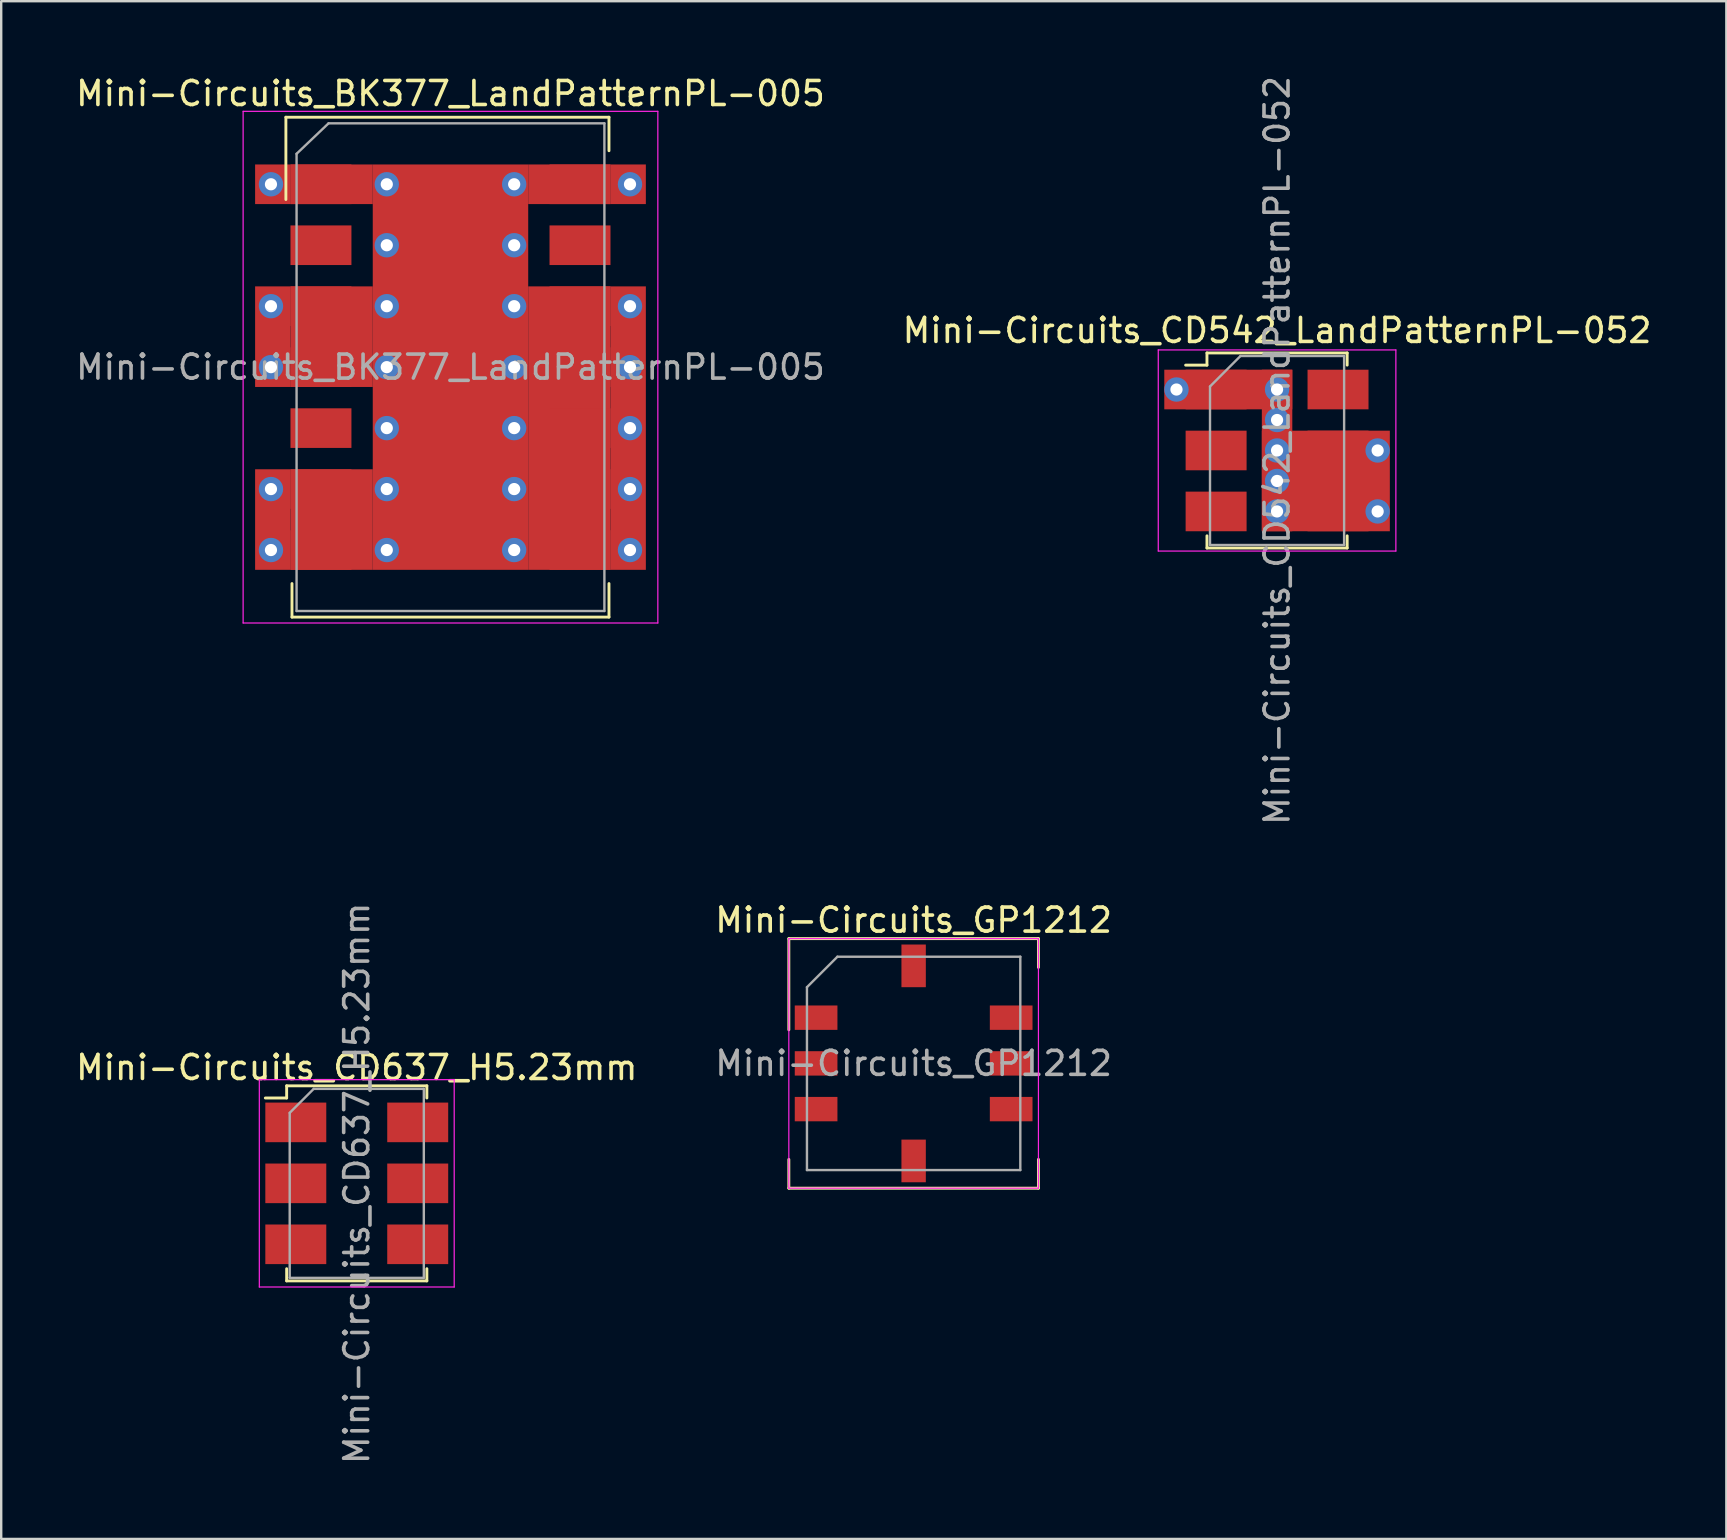
<source format=kicad_pcb>
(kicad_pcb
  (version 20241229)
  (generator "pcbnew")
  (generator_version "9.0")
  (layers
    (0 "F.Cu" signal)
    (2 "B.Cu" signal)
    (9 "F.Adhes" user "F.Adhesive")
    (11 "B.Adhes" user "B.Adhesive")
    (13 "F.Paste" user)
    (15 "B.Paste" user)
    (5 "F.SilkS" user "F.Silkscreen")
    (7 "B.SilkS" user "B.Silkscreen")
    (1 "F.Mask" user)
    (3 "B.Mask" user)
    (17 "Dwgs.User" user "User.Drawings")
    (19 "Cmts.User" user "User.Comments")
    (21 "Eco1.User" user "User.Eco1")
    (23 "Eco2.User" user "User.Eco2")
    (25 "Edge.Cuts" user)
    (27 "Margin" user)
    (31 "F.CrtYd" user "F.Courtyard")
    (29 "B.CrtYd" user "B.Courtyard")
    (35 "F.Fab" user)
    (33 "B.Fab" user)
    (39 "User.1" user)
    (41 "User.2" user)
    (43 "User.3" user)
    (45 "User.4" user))
  (footprint "Mini-Circuits_CD542_LandPatternPL-052"
    (layer "F.Cu")
    (at 50.161 15.72)
    (property "Reference" "Mini-Circuits_CD542_LandPatternPL-052" (at 0 -5 0) (layer "F.SilkS") (effects (font (size 1 1) (thickness 0.15))))
    (attr smd)
    (fp_line (start -2.921 -4.064) (end -2.921 -3.556) (stroke (width 0.12) (type solid)) (layer "F.SilkS"))
    (fp_line (start -2.921 -3.556) (end -3.81 -3.556) (stroke (width 0.12) (type solid)) (layer "F.SilkS"))
    (fp_line (start -2.921 3.556) (end -2.921 4.064) (stroke (width 0.12) (type solid)) (layer "F.SilkS"))
    (fp_line (start -2.921 4.064) (end 2.921 4.064) (stroke (width 0.12) (type solid)) (layer "F.SilkS"))
    (fp_line (start 2.921 -4.064) (end -2.921 -4.064) (stroke (width 0.12) (type solid)) (layer "F.SilkS"))
    (fp_line (start 2.921 -3.556) (end 2.921 -4.064) (stroke (width 0.12) (type solid)) (layer "F.SilkS"))
    (fp_line (start 2.921 4.064) (end 2.921 3.556) (stroke (width 0.12) (type solid)) (layer "F.SilkS"))
    (fp_line (start -4.95 -4.19) (end -4.95 4.19) (stroke (width 0.05) (type solid)) (layer "F.CrtYd"))
    (fp_line (start -4.95 -4.19) (end 4.95 -4.19) (stroke (width 0.05) (type solid)) (layer "F.CrtYd"))
    (fp_line (start 4.95 4.19) (end -4.95 4.19) (stroke (width 0.05) (type solid)) (layer "F.CrtYd"))
    (fp_line (start 4.95 4.19) (end 4.95 -4.19) (stroke (width 0.05) (type solid)) (layer "F.CrtYd"))
    (fp_line (start -2.794 -2.667) (end -2.794 3.937) (stroke (width 0.1) (type solid)) (layer "F.Fab"))
    (fp_line (start -2.794 3.937) (end 2.794 3.937) (stroke (width 0.1) (type solid)) (layer "F.Fab"))
    (fp_line (start -1.524 -3.937) (end -2.794 -2.667) (stroke (width 0.1) (type solid)) (layer "F.Fab"))
    (fp_line (start 2.794 -3.937) (end -1.524 -3.937) (stroke (width 0.1) (type solid)) (layer "F.Fab"))
    (fp_line (start 2.794 3.937) (end 2.794 -3.937) (stroke (width 0.1) (type solid)) (layer "F.Fab"))
    (fp_text user "${REFERENCE}" (at 0 0 90) (layer "F.Fab") (effects (font (size 1 1) (thickness 0.15))))
    (pad "1" thru_hole circle (at -4.191 -2.54) (size 1.016 1.016) (drill 0.508) (layers "*.Cu"))
    (pad "1" smd rect (at -2.54 -2.54) (size 2.54 1.651) (layers "F.Cu" "F.Mask" "F.Paste"))
    (pad "1" smd rect (at -2.032 -2.54) (size 5.334 1.651) (layers "F.Cu"))
    (pad "1" thru_hole circle (at 0 -2.54) (size 1.016 1.016) (drill 0.508) (layers "*.Cu"))
    (pad "1" thru_hole circle (at 0 -1.27) (size 1.016 1.016) (drill 0.508) (layers "*.Cu"))
    (pad "1" thru_hole circle (at 0 0) (size 1.016 1.016) (drill 0.508) (layers "*.Cu"))
    (pad "1" smd rect (at 0 0) (size 1.27 6.731) (layers "F.Cu"))
    (pad "1" thru_hole circle (at 0 1.27) (size 1.016 1.016) (drill 0.508) (layers "*.Cu"))
    (pad "1" thru_hole circle (at 0 2.54) (size 1.016 1.016) (drill 0.508) (layers "*.Cu"))
    (pad "2" smd rect (at -2.54 0) (size 2.54 1.651) (layers "F.Cu" "F.Mask" "F.Paste"))
    (pad "3" smd rect (at -2.54 2.54) (size 2.54 1.651) (layers "F.Cu" "F.Mask" "F.Paste"))
    (pad "4" smd rect (at 2.032 1.27) (size 5.334 4.191) (layers "F.Cu"))
    (pad "4" smd rect (at 2.54 2.54) (size 2.54 1.651) (layers "F.Cu" "F.Mask" "F.Paste"))
    (pad "4" thru_hole circle (at 4.191 2.54) (size 1.016 1.016) (drill 0.508) (layers "*.Cu"))
    (pad "5" smd rect (at 2.54 0) (size 2.54 1.651) (layers "F.Cu" "F.Mask" "F.Paste"))
    (pad "5" thru_hole circle (at 4.191 0) (size 1.016 1.016) (drill 0.508) (layers "*.Cu"))
    (pad "6" smd rect (at 2.54 -2.54) (size 2.54 1.651) (layers "F.Cu" "F.Mask" "F.Paste")))
  (footprint "Mini-Circuits_CD637_H5.23mm"
    (layer "F.Cu")
    (at 11.815 46.256)
    (property "Reference" "Mini-Circuits_CD637_H5.23mm" (at 0 -4.826 0) (layer "F.SilkS") (effects (font (size 1 1) (thickness 0.15))))
    (attr smd)
    (fp_line (start -2.921 -4.064) (end -2.921 -3.556) (stroke (width 0.12) (type solid)) (layer "F.SilkS"))
    (fp_line (start -2.921 -3.556) (end -3.81 -3.556) (stroke (width 0.12) (type solid)) (layer "F.SilkS"))
    (fp_line (start -2.921 3.556) (end -2.921 4.064) (stroke (width 0.12) (type solid)) (layer "F.SilkS"))
    (fp_line (start -2.921 4.064) (end 2.921 4.064) (stroke (width 0.12) (type solid)) (layer "F.SilkS"))
    (fp_line (start 2.921 -4.064) (end -2.921 -4.064) (stroke (width 0.12) (type solid)) (layer "F.SilkS"))
    (fp_line (start 2.921 -3.556) (end 2.921 -4.064) (stroke (width 0.12) (type solid)) (layer "F.SilkS"))
    (fp_line (start 2.921 4.064) (end 2.921 3.556) (stroke (width 0.12) (type solid)) (layer "F.SilkS"))
    (fp_line (start -4.06 4.32) (end -4.06 -4.32) (stroke (width 0.05) (type solid)) (layer "F.CrtYd"))
    (fp_line (start 4.06 -4.32) (end -4.06 -4.32) (stroke (width 0.05) (type solid)) (layer "F.CrtYd"))
    (fp_line (start 4.06 4.32) (end -4.06 4.32) (stroke (width 0.05) (type solid)) (layer "F.CrtYd"))
    (fp_line (start 4.06 4.32) (end 4.06 -4.32) (stroke (width 0.05) (type solid)) (layer "F.CrtYd"))
    (fp_line (start -2.794 3.937) (end -2.794 -2.937) (stroke (width 0.1) (type solid)) (layer "F.Fab"))
    (fp_line (start -1.794 -3.937) (end -2.794 -2.937) (stroke (width 0.1) (type solid)) (layer "F.Fab"))
    (fp_line (start -1.794 -3.937) (end 2.794 -3.937) (stroke (width 0.1) (type solid)) (layer "F.Fab"))
    (fp_line (start 2.794 -3.937) (end 2.794 3.937) (stroke (width 0.1) (type solid)) (layer "F.Fab"))
    (fp_line (start 2.794 3.937) (end -2.794 3.937) (stroke (width 0.1) (type solid)) (layer "F.Fab"))
    (fp_text user "${REFERENCE}" (at 0 0 90) (layer "F.Fab") (effects (font (size 1 1) (thickness 0.15))))
    (pad "1" smd rect (at -2.54 -2.54) (size 2.54 1.65) (layers "F.Cu" "F.Mask" "F.Paste"))
    (pad "2" smd rect (at -2.54 0) (size 2.54 1.65) (layers "F.Cu" "F.Mask" "F.Paste"))
    (pad "3" smd rect (at -2.54 2.54) (size 2.54 1.65) (layers "F.Cu" "F.Mask" "F.Paste"))
    (pad "4" smd rect (at 2.54 2.54) (size 2.54 1.65) (layers "F.Cu" "F.Mask" "F.Paste"))
    (pad "5" smd rect (at 2.54 0) (size 2.54 1.65) (layers "F.Cu" "F.Mask" "F.Paste"))
    (pad "6" smd rect (at 2.54 -2.54) (size 2.54 1.65) (layers "F.Cu" "F.Mask" "F.Paste")))
  (footprint "Mini-Circuits_GP1212"
    (layer "F.Cu")
    (at 35.018 41.258)
    (property "Reference" "Mini-Circuits_GP1212" (at 0 -5.969 0) (layer "F.SilkS") (effects (font (size 1 1) (thickness 0.15))))
    (attr smd)
    (fp_line (start -5.2 -5.2) (end -5.2 -1.4) (stroke (width 0.12) (type solid)) (layer "F.SilkS"))
    (fp_line (start -5.2 -5.2) (end 5.2 -5.2) (stroke (width 0.12) (type solid)) (layer "F.SilkS"))
    (fp_line (start -5.2 4) (end -5.2 5.2) (stroke (width 0.12) (type solid)) (layer "F.SilkS"))
    (fp_line (start 5.2 -4) (end 5.2 -5.2) (stroke (width 0.12) (type solid)) (layer "F.SilkS"))
    (fp_line (start 5.2 5.2) (end -5.2 5.2) (stroke (width 0.12) (type solid)) (layer "F.SilkS"))
    (fp_line (start 5.2 5.2) (end 5.2 4) (stroke (width 0.12) (type solid)) (layer "F.SilkS"))
    (fp_line (start -5.2 -5.2) (end -5.2 5.2) (stroke (width 0.05) (type solid)) (layer "F.CrtYd"))
    (fp_line (start -5.2 -5.2) (end 5.2 -5.2) (stroke (width 0.05) (type solid)) (layer "F.CrtYd"))
    (fp_line (start 5.2 5.2) (end -5.2 5.2) (stroke (width 0.05) (type solid)) (layer "F.CrtYd"))
    (fp_line (start 5.2 5.2) (end 5.2 -5.2) (stroke (width 0.05) (type solid)) (layer "F.CrtYd"))
    (fp_line (start -4.445 -3.175) (end -3.175 -4.445) (stroke (width 0.1) (type solid)) (layer "F.Fab"))
    (fp_line (start -4.445 4.445) (end -4.445 -3.175) (stroke (width 0.1) (type solid)) (layer "F.Fab"))
    (fp_line (start -3.175 -4.445) (end 4.445 -4.445) (stroke (width 0.1) (type solid)) (layer "F.Fab"))
    (fp_line (start 4.445 -4.445) (end 4.445 4.445) (stroke (width 0.1) (type solid)) (layer "F.Fab"))
    (fp_line (start 4.445 4.445) (end -4.445 4.445) (stroke (width 0.1) (type solid)) (layer "F.Fab"))
    (fp_text user "${REFERENCE}" (at 0 0 0) (layer "F.Fab") (effects (font (size 1 1) (thickness 0.15))))
    (pad "1" smd rect (at -4.064 -1.905 180) (size 1.778 1.016) (layers "F.Cu" "F.Mask" "F.Paste"))
    (pad "2" smd rect (at -4.064 0 180) (size 1.778 1.016) (layers "F.Cu" "F.Mask" "F.Paste"))
    (pad "3" smd rect (at -4.064 1.905 180) (size 1.778 1.016) (layers "F.Cu" "F.Mask" "F.Paste"))
    (pad "4" smd rect (at 0 4.064 270) (size 1.778 1.016) (layers "F.Cu" "F.Mask" "F.Paste"))
    (pad "5" smd rect (at 4.064 1.905) (size 1.778 1.016) (layers "F.Cu" "F.Mask" "F.Paste"))
    (pad "6" smd rect (at 4.064 0) (size 1.778 1.016) (layers "F.Cu" "F.Mask" "F.Paste"))
    (pad "7" smd rect (at 4.064 -1.905) (size 1.778 1.016) (layers "F.Cu" "F.Mask" "F.Paste"))
    (pad "8" smd rect (at 0 -4.064 270) (size 1.778 1.016) (layers "F.Cu" "F.Mask" "F.Paste")))
  (footprint "Mini-Circuits_BK377_LandPatternPL-005"
    (layer "F.Cu")
    (at 15.72 12.248)
    (property "Reference" "Mini-Circuits_BK377_LandPatternPL-005" (at 0 -11.4 0) (layer "F.SilkS") (effects (font (size 1 1) (thickness 0.15))))
    (attr smd)
    (fp_line (start -6.858 -10.414) (end 6.604 -10.414) (stroke (width 0.12) (type solid)) (layer "F.SilkS"))
    (fp_line (start -6.858 -6.985) (end -6.858 -10.414) (stroke (width 0.12) (type solid)) (layer "F.SilkS"))
    (fp_line (start -6.604 9.017) (end -6.604 10.414) (stroke (width 0.12) (type solid)) (layer "F.SilkS"))
    (fp_line (start -6.604 10.414) (end 6.604 10.414) (stroke (width 0.12) (type solid)) (layer "F.SilkS"))
    (fp_line (start 6.604 -10.414) (end 6.604 -9.017) (stroke (width 0.12) (type solid)) (layer "F.SilkS"))
    (fp_line (start 6.604 10.414) (end 6.604 9.017) (stroke (width 0.12) (type solid)) (layer "F.SilkS"))
    (fp_line (start -8.64 -10.66) (end -8.64 10.66) (stroke (width 0.05) (type solid)) (layer "F.CrtYd"))
    (fp_line (start -8.64 -10.66) (end 8.64 -10.66) (stroke (width 0.05) (type solid)) (layer "F.CrtYd"))
    (fp_line (start 8.64 10.66) (end -8.64 10.66) (stroke (width 0.05) (type solid)) (layer "F.CrtYd"))
    (fp_line (start 8.64 10.66) (end 8.64 -10.66) (stroke (width 0.05) (type solid)) (layer "F.CrtYd"))
    (fp_line (start -6.413 -8.89) (end -6.413 10.16) (stroke (width 0.1) (type solid)) (layer "F.Fab"))
    (fp_line (start -6.413 10.16) (end 6.413 10.16) (stroke (width 0.1) (type solid)) (layer "F.Fab"))
    (fp_line (start -5.08 -10.16) (end -6.413 -8.89) (stroke (width 0.1) (type solid)) (layer "F.Fab"))
    (fp_line (start 6.413 -10.16) (end -5.08 -10.16) (stroke (width 0.1) (type solid)) (layer "F.Fab"))
    (fp_line (start 6.413 10.16) (end 6.413 -10.16) (stroke (width 0.1) (type solid)) (layer "F.Fab"))
    (fp_text user "${REFERENCE}" (at 0 0 0) (layer "F.Fab") (effects (font (size 1 1) (thickness 0.15))))
    (pad "1" thru_hole circle (at -7.48 -7.62) (size 1.016 1.016) (drill 0.508) (layers "*.Cu"))
    (pad "1" thru_hole circle (at -7.48 -2.54) (size 1.016 1.016) (drill 0.508) (layers "*.Cu"))
    (pad "1" thru_hole circle (at -7.48 0) (size 1.016 1.016) (drill 0.508) (layers "*.Cu"))
    (pad "1" thru_hole circle (at -7.48 5.08) (size 1.016 1.016) (drill 0.508) (layers "*.Cu"))
    (pad "1" thru_hole circle (at -7.48 7.62) (size 1.016 1.016) (drill 0.508) (layers "*.Cu"))
    (pad "1" smd rect (at -7.404 -7.62) (size 1.473 1.651) (layers "F.Cu"))
    (pad "1" smd rect (at -7.404 -1.27) (size 1.473 4.191) (layers "F.Cu"))
    (pad "1" smd rect (at -7.404 6.35) (size 1.473 4.191) (layers "F.Cu"))
    (pad "1" smd rect (at -6.668 -7.62) (size 2.54 1.651) (drill (offset 1.27 0)) (layers "F.Cu" "F.Mask" "F.Paste"))
    (pad "1" smd rect (at -4.953 -7.62) (size 3.429 1.651) (layers "F.Cu"))
    (pad "1" smd rect (at -4.953 -1.27) (size 3.429 4.191) (layers "F.Cu"))
    (pad "1" smd rect (at -4.953 6.35) (size 3.429 4.191) (layers "F.Cu"))
    (pad "1" thru_hole circle (at -2.654 -7.62) (size 1.016 1.016) (drill 0.508) (layers "*.Cu"))
    (pad "1" thru_hole circle (at -2.654 -5.08) (size 1.016 1.016) (drill 0.508) (layers "*.Cu"))
    (pad "1" thru_hole circle (at -2.654 -2.54) (size 1.016 1.016) (drill 0.508) (layers "*.Cu"))
    (pad "1" thru_hole circle (at -2.654 0) (size 1.016 1.016) (drill 0.508) (layers "*.Cu"))
    (pad "1" thru_hole circle (at -2.654 2.54) (size 1.016 1.016) (drill 0.508) (layers "*.Cu"))
    (pad "1" thru_hole circle (at -2.654 5.08) (size 1.016 1.016) (drill 0.508) (layers "*.Cu"))
    (pad "1" thru_hole circle (at -2.654 7.62) (size 1.016 1.016) (drill 0.508) (layers "*.Cu"))
    (pad "1" smd rect (at 0 0) (size 6.477 16.891) (layers "F.Cu"))
    (pad "1" thru_hole circle (at 2.654 -7.62) (size 1.016 1.016) (drill 0.508) (layers "*.Cu"))
    (pad "1" thru_hole circle (at 2.654 -5.08) (size 1.016 1.016) (drill 0.508) (layers "*.Cu"))
    (pad "1" thru_hole circle (at 2.654 -2.54) (size 1.016 1.016) (drill 0.508) (layers "*.Cu"))
    (pad "1" thru_hole circle (at 2.654 0) (size 1.016 1.016) (drill 0.508) (layers "*.Cu"))
    (pad "1" thru_hole circle (at 2.654 2.54) (size 1.016 1.016) (drill 0.508) (layers "*.Cu"))
    (pad "1" thru_hole circle (at 2.654 5.08) (size 1.016 1.016) (drill 0.508) (layers "*.Cu"))
    (pad "1" thru_hole circle (at 2.654 7.62) (size 1.016 1.016) (drill 0.508) (layers "*.Cu"))
    (pad "1" smd rect (at 4.953 -7.62) (size 3.429 1.651) (layers "F.Cu"))
    (pad "1" smd rect (at 4.953 2.54) (size 3.429 11.811) (layers "F.Cu"))
    (pad "1" smd rect (at 7.404 -7.62) (size 1.473 1.651) (layers "F.Cu"))
    (pad "1" smd rect (at 7.404 2.54) (size 1.473 11.811) (layers "F.Cu"))
    (pad "1" thru_hole circle (at 7.48 -7.62) (size 1.016 1.016) (drill 0.508) (layers "*.Cu"))
    (pad "1" thru_hole circle (at 7.48 -2.54) (size 1.016 1.016) (drill 0.508) (layers "*.Cu"))
    (pad "1" thru_hole circle (at 7.48 0) (size 1.016 1.016) (drill 0.508) (layers "*.Cu"))
    (pad "1" thru_hole circle (at 7.48 2.54) (size 1.016 1.016) (drill 0.508) (layers "*.Cu"))
    (pad "1" thru_hole circle (at 7.48 5.08) (size 1.016 1.016) (drill 0.508) (layers "*.Cu"))
    (pad "1" thru_hole circle (at 7.48 7.62) (size 1.016 1.016) (drill 0.508) (layers "*.Cu"))
    (pad "2" smd rect (at -5.397 -5.08) (size 2.54 1.651) (layers "F.Cu" "F.Mask" "F.Paste"))
    (pad "3" smd rect (at -6.668 -2.54) (size 2.54 1.651) (drill (offset 1.27 0)) (layers "F.Cu" "F.Mask" "F.Paste"))
    (pad "4" smd rect (at -6.668 0) (size 2.54 1.651) (drill (offset 1.27 0)) (layers "F.Cu" "F.Mask" "F.Paste"))
    (pad "5" smd rect (at -5.397 2.54) (size 2.54 1.651) (layers "F.Cu" "F.Mask" "F.Paste"))
    (pad "6" smd rect (at -6.668 5.08) (size 2.54 1.651) (drill (offset 1.27 0)) (layers "F.Cu" "F.Mask" "F.Paste"))
    (pad "7" smd rect (at -6.668 7.62) (size 2.54 1.651) (drill (offset 1.27 0)) (layers "F.Cu" "F.Mask" "F.Paste"))
    (pad "8" smd rect (at 6.668 7.62) (size 2.54 1.651) (drill (offset -1.27 0)) (layers "F.Cu" "F.Mask" "F.Paste"))
    (pad "9" smd rect (at 6.668 5.08) (size 2.54 1.651) (drill (offset -1.27 0)) (layers "F.Cu" "F.Mask" "F.Paste"))
    (pad "10" smd rect (at 6.668 2.54) (size 2.54 1.651) (drill (offset -1.27 0)) (layers "F.Cu" "F.Mask" "F.Paste"))
    (pad "11" smd rect (at 6.668 0) (size 2.54 1.651) (drill (offset -1.27 0)) (layers "F.Cu" "F.Mask" "F.Paste"))
    (pad "12" smd rect (at 6.668 -2.54) (size 2.54 1.651) (drill (offset -1.27 0)) (layers "F.Cu" "F.Mask" "F.Paste"))
    (pad "13" smd rect (at 5.397 -5.08) (size 2.54 1.651) (layers "F.Cu" "F.Mask" "F.Paste"))
    (pad "14" smd rect (at 5.397 -7.62) (size 2.54 1.651) (layers "F.Cu" "F.Mask" "F.Paste")))
  (gr_rect
    (start -3 -3)
    (end 68.881 61.071)
    (stroke (width 0.1) (type default))
    (fill no)
    (layer "Edge.Cuts")))
</source>
